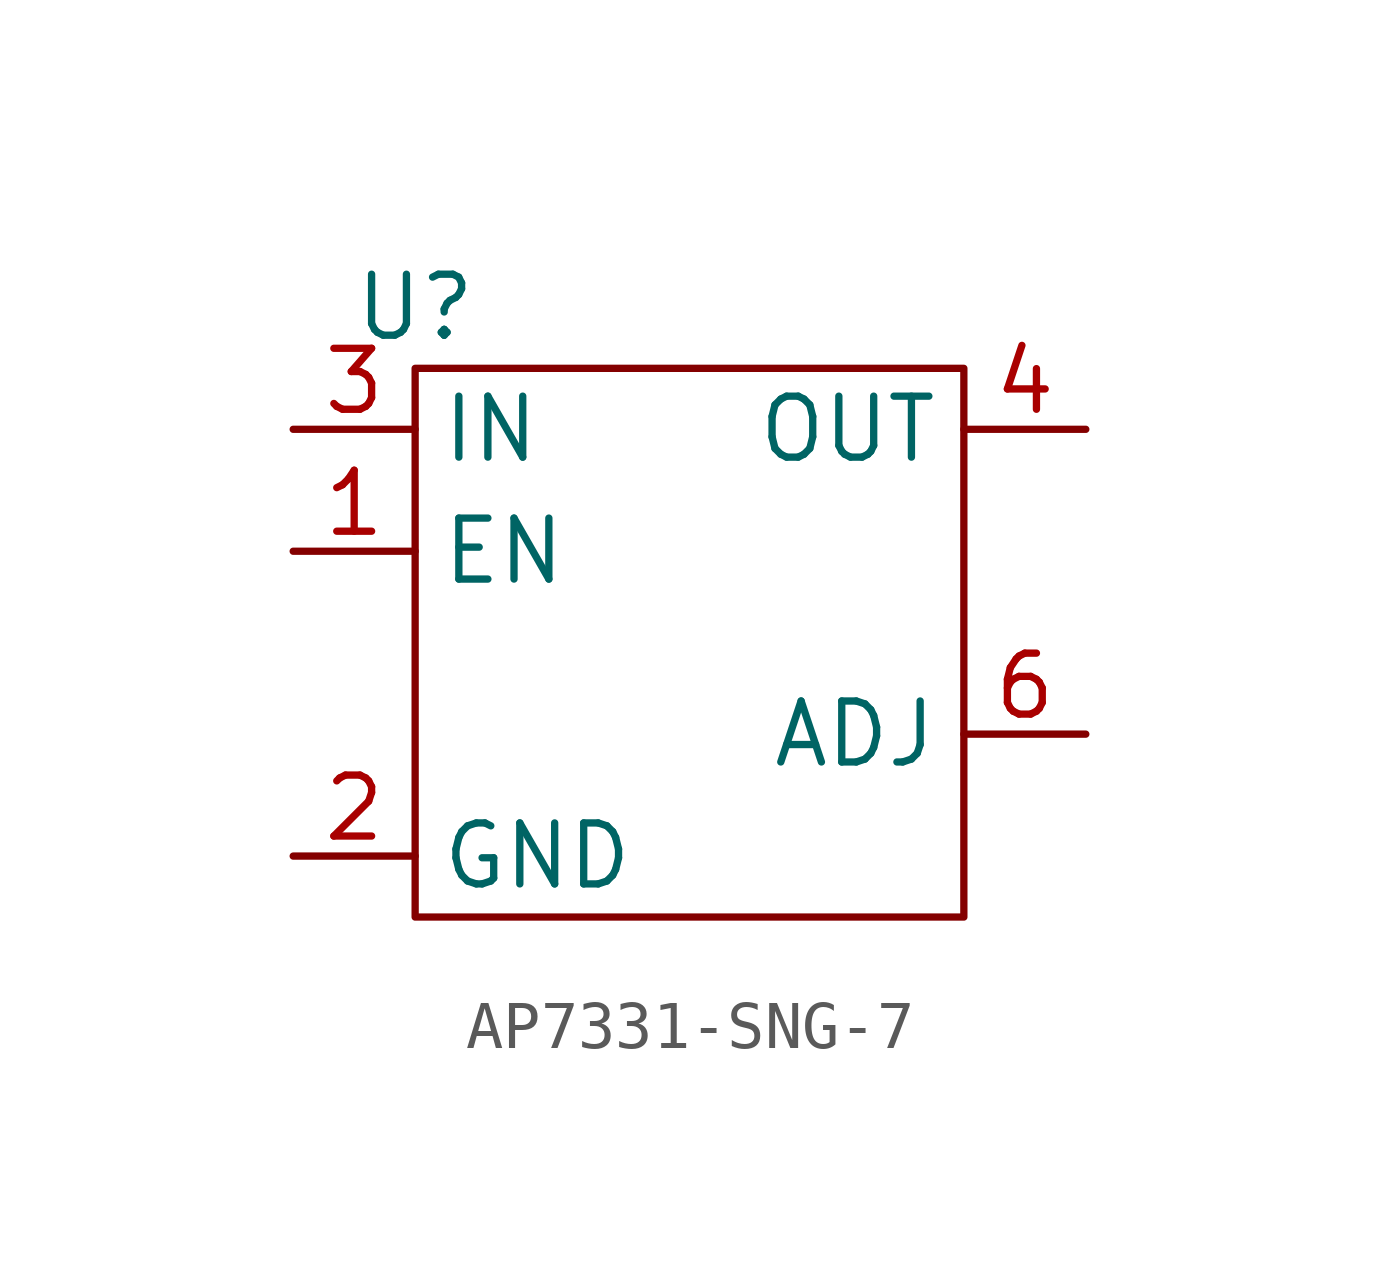
<source format=kicad_sym>
(kicad_symbol_lib
  (version 20211014)
  (generator kicad_symbol_editor)
  (symbol "AP7331-SNG-7"
    (property "Reference" "U"
      (at 0 1.27 0)
      (effects (font (size 1.27 1.27))))
    (symbol "AP7331-SNG-7_0_1"
      (rectangle (start 0 0) (end 11.43 -11.43) (stroke (width 0.152) (type default) (color 0 0 0 0)) (fill (type none))))
    (symbol "AP7331-SNG-7_1_1"
      (pin input line (at -2.54 -3.81 0) (length 2.54) (name "EN" (effects (font (size 1.27 1.27)))) (number "1" (effects (font (size 1.27 1.27)))))
      (pin power_in line (at -2.54 -10.16 0) (length 2.54) (name "GND" (effects (font (size 1.27 1.27)))) (number "2" (effects (font (size 1.27 1.27)))))
      (pin power_in line (at -2.54 -1.27 0) (length 2.54) (name "IN" (effects (font (size 1.27 1.27)))) (number "3" (effects (font (size 1.27 1.27)))))
      (pin power_out line (at 13.97 -1.27 180) (length 2.54) (name "OUT" (effects (font (size 1.27 1.27)))) (number "4" (effects (font (size 1.27 1.27)))))
      (pin no_connect line (at 13.97 -10.16 180) (length 2.54) hide (name "NC0" (effects (font (size 1.27 1.27)))) (number "5" (effects (font (size 1.27 1.27)))))
      (pin input line (at 13.97 -7.62 180) (length 2.54) (name "ADJ" (effects (font (size 1.27 1.27)))) (number "6" (effects (font (size 1.27 1.27)))))
      (pin power_in line (at -2.54 -10.16 0) (length 2.54) hide (name "GNDPAD1" (effects (font (size 1.27 1.27)))) (number "7" (effects (font (size 1.27 1.27)))))
      (pin power_in line (at -2.54 -10.16 0) (length 2.54) hide (name "GNDPAD2" (effects (font (size 1.27 1.27)))) (number "8" (effects (font (size 1.27 1.27))))))))
</source>
